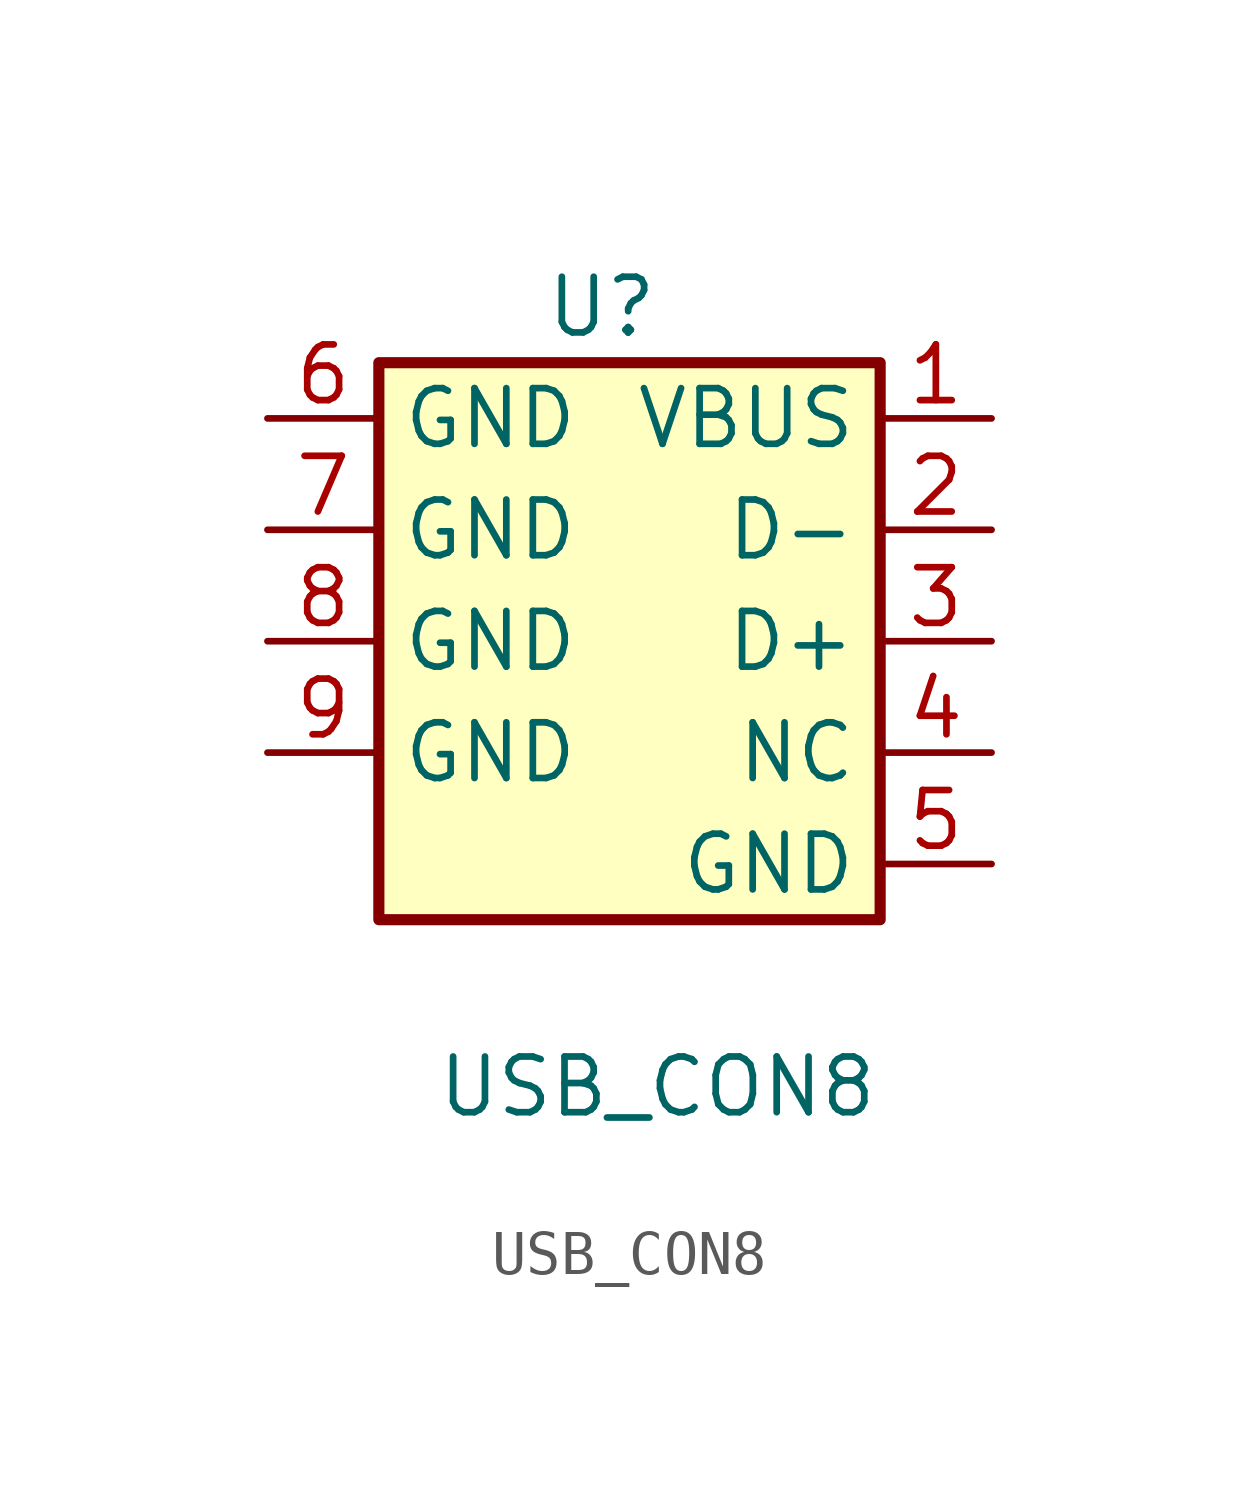
<source format=kicad_sym>
(kicad_symbol_lib
  (version 20210619)
  (generator kicad_symbol_editor)
  (symbol "USB_conn:USB_CON8"
    (property "Reference" "U"
      (at 0 0 0)
      (effects (font (size 1.27 1.27))))
    (property "Value" "USB_CON8"
      (at 1.27 -17.78 0)
      (effects (font (size 1.27 1.27))))
    (symbol "USB_CON8_0_1"
      (rectangle (start -5.08 -1.27) (end 6.35 -13.97) (stroke (width 0.254)) (fill (type background))))
    (symbol "USB_CON8_1_1"
      (pin bidirectional line (at 8.89 -2.54 180) (length 2.54) (name "VBUS" (effects (font (size 1.27 1.27)))) (number "1" (effects (font (size 1.27 1.27)))))
      (pin bidirectional line (at 8.89 -5.08 180) (length 2.54) (name "D-" (effects (font (size 1.27 1.27)))) (number "2" (effects (font (size 1.27 1.27)))))
      (pin bidirectional line (at 8.89 -7.62 180) (length 2.54) (name "D+" (effects (font (size 1.27 1.27)))) (number "3" (effects (font (size 1.27 1.27)))))
      (pin bidirectional line (at 8.89 -10.16 180) (length 2.54) (name "NC" (effects (font (size 1.27 1.27)))) (number "4" (effects (font (size 1.27 1.27)))))
      (pin bidirectional line (at 8.89 -12.7 180) (length 2.54) (name "GND" (effects (font (size 1.27 1.27)))) (number "5" (effects (font (size 1.27 1.27)))))
      (pin bidirectional line (at -7.62 -2.54 0) (length 2.54) (name "GND" (effects (font (size 1.27 1.27)))) (number "6" (effects (font (size 1.27 1.27)))))
      (pin bidirectional line (at -7.62 -5.08 0) (length 2.54) (name "GND" (effects (font (size 1.27 1.27)))) (number "7" (effects (font (size 1.27 1.27)))))
      (pin bidirectional line (at -7.62 -7.62 0) (length 2.54) (name "GND" (effects (font (size 1.27 1.27)))) (number "8" (effects (font (size 1.27 1.27)))))
      (pin bidirectional line (at -7.62 -10.16 0) (length 2.54) (name "GND" (effects (font (size 1.27 1.27)))) (number "9" (effects (font (size 1.27 1.27))))))))
</source>
